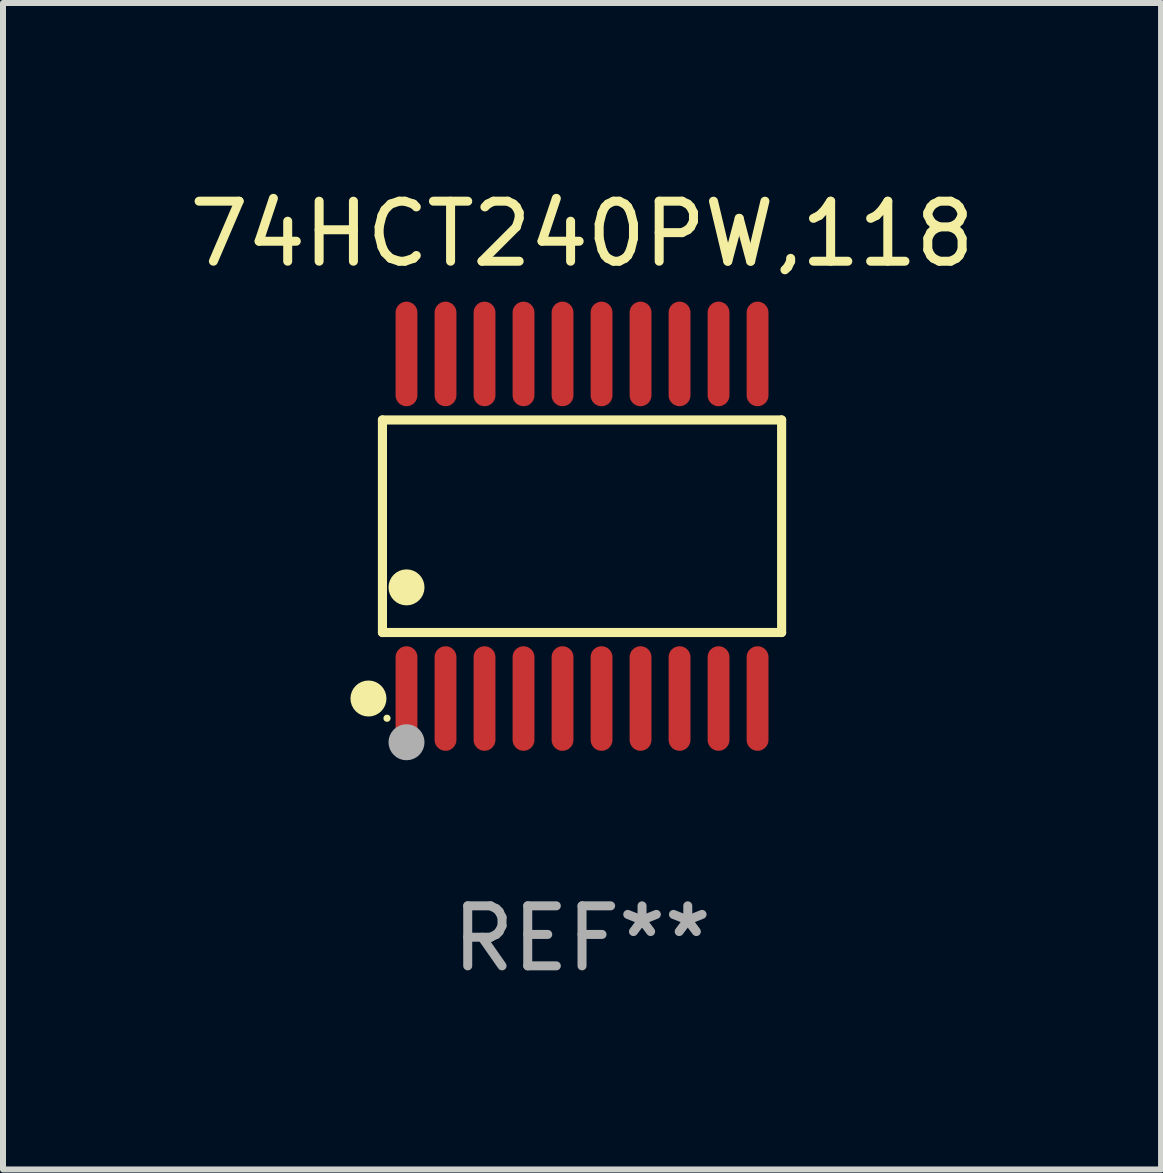
<source format=kicad_pcb>
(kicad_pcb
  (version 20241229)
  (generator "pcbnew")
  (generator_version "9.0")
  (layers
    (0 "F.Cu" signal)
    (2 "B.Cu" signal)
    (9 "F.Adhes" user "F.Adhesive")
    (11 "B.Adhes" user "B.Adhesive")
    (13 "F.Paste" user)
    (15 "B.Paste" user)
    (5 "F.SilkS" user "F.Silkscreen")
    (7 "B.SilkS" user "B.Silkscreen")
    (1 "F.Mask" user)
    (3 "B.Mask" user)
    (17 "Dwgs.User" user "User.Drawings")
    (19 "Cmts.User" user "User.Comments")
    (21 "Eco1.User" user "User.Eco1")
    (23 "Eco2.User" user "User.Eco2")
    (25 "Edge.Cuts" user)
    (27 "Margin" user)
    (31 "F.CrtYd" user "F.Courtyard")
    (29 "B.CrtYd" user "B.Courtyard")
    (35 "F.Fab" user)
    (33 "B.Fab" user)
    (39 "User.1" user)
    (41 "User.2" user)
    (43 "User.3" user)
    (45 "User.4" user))
  (footprint "74HCT240PW,118"
    (layer "F.Cu")
    (at 6.649 5.719)
    (property "Reference" "74HCT240PW,118" (at 0 -4.871 0) (layer "F.SilkS") (effects (font (size 1 1) (thickness 0.15))))
    (attr through_hole)
    (fp_line (start -3.326 -1.771) (end 3.326 -1.771) (stroke (width 0.152) (type solid)) (layer "F.SilkS"))
    (fp_line (start -3.326 1.771) (end -3.326 -1.771) (stroke (width 0.152) (type solid)) (layer "F.SilkS"))
    (fp_line (start 3.326 -1.771) (end 3.326 1.771) (stroke (width 0.152) (type solid)) (layer "F.SilkS"))
    (fp_line (start 3.326 1.771) (end -3.326 1.771) (stroke (width 0.152) (type solid)) (layer "F.SilkS"))
    (fp_circle (center -3.559 2.871) (end -3.409 2.871) (stroke (width 0.3) (type solid)) (fill no) (layer "F.SilkS"))
    (fp_circle (center -3.25 3.2) (end -3.22 3.2) (stroke (width 0.06) (type solid)) (fill no) (layer "F.SilkS"))
    (fp_circle (center -2.925 1.019) (end -2.775 1.019) (stroke (width 0.3) (type solid)) (fill no) (layer "F.SilkS"))
    (fp_circle (center -2.925 3.6) (end -2.775 3.6) (stroke (width 0.3) (type solid)) (fill no) (layer "F.Fab"))
    (fp_text user "REF**" (at 0 6.871 0) (layer "F.Fab") (effects (font (size 1 1) (thickness 0.15))))
    (pad "1" smd oval (at -2.925 2.871) (size 0.364 1.742) (layers "F.Cu" "F.Mask" "F.Paste"))
    (pad "2" smd oval (at -2.275 2.871) (size 0.364 1.742) (layers "F.Cu" "F.Mask" "F.Paste"))
    (pad "3" smd oval (at -1.625 2.871) (size 0.364 1.742) (layers "F.Cu" "F.Mask" "F.Paste"))
    (pad "4" smd oval (at -0.975 2.871) (size 0.364 1.742) (layers "F.Cu" "F.Mask" "F.Paste"))
    (pad "5" smd oval (at -0.325 2.871) (size 0.364 1.742) (layers "F.Cu" "F.Mask" "F.Paste"))
    (pad "6" smd oval (at 0.325 2.871) (size 0.364 1.742) (layers "F.Cu" "F.Mask" "F.Paste"))
    (pad "7" smd oval (at 0.975 2.871) (size 0.364 1.742) (layers "F.Cu" "F.Mask" "F.Paste"))
    (pad "8" smd oval (at 1.625 2.871) (size 0.364 1.742) (layers "F.Cu" "F.Mask" "F.Paste"))
    (pad "9" smd oval (at 2.275 2.871) (size 0.364 1.742) (layers "F.Cu" "F.Mask" "F.Paste"))
    (pad "10" smd oval (at 2.925 2.871) (size 0.364 1.742) (layers "F.Cu" "F.Mask" "F.Paste"))
    (pad "11" smd oval (at 2.925 -2.871) (size 0.364 1.742) (layers "F.Cu" "F.Mask" "F.Paste"))
    (pad "12" smd oval (at 2.275 -2.871) (size 0.364 1.742) (layers "F.Cu" "F.Mask" "F.Paste"))
    (pad "13" smd oval (at 1.625 -2.871) (size 0.364 1.742) (layers "F.Cu" "F.Mask" "F.Paste"))
    (pad "14" smd oval (at 0.975 -2.871) (size 0.364 1.742) (layers "F.Cu" "F.Mask" "F.Paste"))
    (pad "15" smd oval (at 0.325 -2.871) (size 0.364 1.742) (layers "F.Cu" "F.Mask" "F.Paste"))
    (pad "16" smd oval (at -0.325 -2.871) (size 0.364 1.742) (layers "F.Cu" "F.Mask" "F.Paste"))
    (pad "17" smd oval (at -0.975 -2.871) (size 0.364 1.742) (layers "F.Cu" "F.Mask" "F.Paste"))
    (pad "18" smd oval (at -1.625 -2.871) (size 0.364 1.742) (layers "F.Cu" "F.Mask" "F.Paste"))
    (pad "19" smd oval (at -2.275 -2.871) (size 0.364 1.742) (layers "F.Cu" "F.Mask" "F.Paste"))
    (pad "20" smd oval (at -2.925 -2.871) (size 0.364 1.742) (layers "F.Cu" "F.Mask" "F.Paste")))
  (gr_rect
    (start -3 -3)
    (end 16.298 16.438)
    (stroke (width 0.1) (type default))
    (fill no)
    (layer "Edge.Cuts")))
</source>
